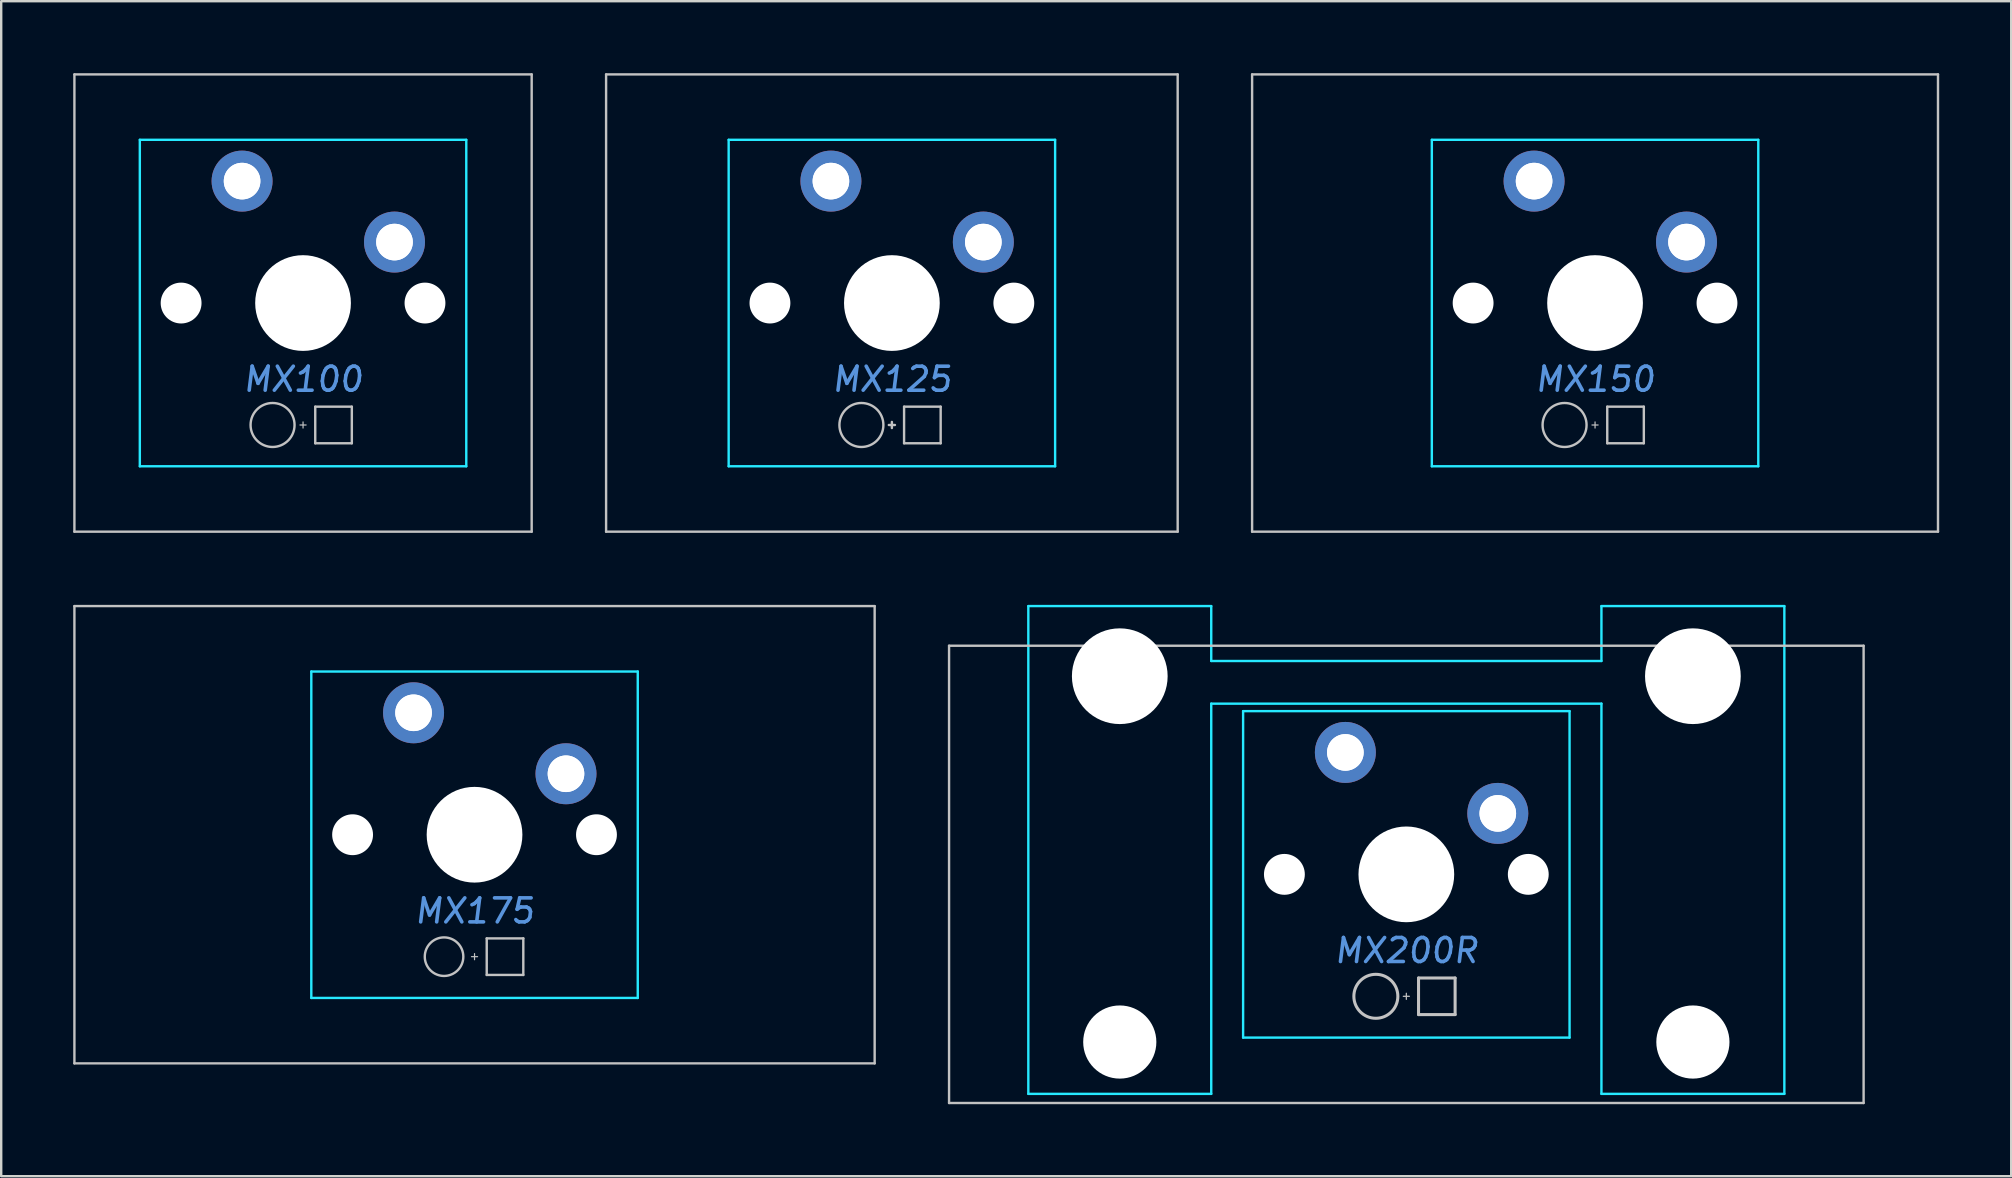
<source format=kicad_pcb>
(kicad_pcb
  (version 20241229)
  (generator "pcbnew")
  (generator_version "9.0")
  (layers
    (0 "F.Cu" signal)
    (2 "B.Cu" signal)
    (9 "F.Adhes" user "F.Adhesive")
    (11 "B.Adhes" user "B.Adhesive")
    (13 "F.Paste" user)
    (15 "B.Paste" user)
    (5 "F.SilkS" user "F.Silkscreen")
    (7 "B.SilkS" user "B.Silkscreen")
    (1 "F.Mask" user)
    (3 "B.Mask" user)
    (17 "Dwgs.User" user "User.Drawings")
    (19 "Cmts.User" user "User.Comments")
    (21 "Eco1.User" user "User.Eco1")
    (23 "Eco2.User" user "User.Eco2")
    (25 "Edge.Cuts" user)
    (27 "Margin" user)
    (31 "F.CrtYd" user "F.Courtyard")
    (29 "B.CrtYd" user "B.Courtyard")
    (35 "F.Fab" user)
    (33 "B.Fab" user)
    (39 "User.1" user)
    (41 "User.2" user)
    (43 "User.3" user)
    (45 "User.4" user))
  (footprint "MX200R"
    (layer "F.Cu")
    (at 55.538 33.376)
    (property "Reference" "MX200R" (at 0 3.175 0) (layer "Cmts.User") (effects (font (size 1 1) (thickness 0.15) (italic yes))))
    (attr through_hole)
    (fp_line (start -19.05 -9.525) (end -19.05 9.525) (stroke (width 0.1) (type solid)) (layer "Dwgs.User"))
    (fp_line (start -19.05 -9.525) (end 19.05 -9.525) (stroke (width 0.1) (type solid)) (layer "Dwgs.User"))
    (fp_line (start -19.05 9.525) (end 19.05 9.525) (stroke (width 0.1) (type solid)) (layer "Dwgs.User"))
    (fp_line (start -0.127 5.08) (end 0.127 5.08) (stroke (width 0.051) (type solid)) (layer "Dwgs.User"))
    (fp_line (start 0 4.953) (end 0 5.207) (stroke (width 0.051) (type solid)) (layer "Dwgs.User"))
    (fp_line (start 0.508 4.318) (end 0.508 5.842) (stroke (width 0.127) (type solid)) (layer "Dwgs.User"))
    (fp_line (start 0.508 4.318) (end 2.032 4.318) (stroke (width 0.127) (type solid)) (layer "Dwgs.User"))
    (fp_line (start 0.508 5.842) (end 2.032 5.842) (stroke (width 0.127) (type solid)) (layer "Dwgs.User"))
    (fp_line (start 2.032 5.842) (end 2.032 4.318) (stroke (width 0.127) (type solid)) (layer "Dwgs.User"))
    (fp_line (start 19.05 -9.525) (end 19.05 9.525) (stroke (width 0.1) (type solid)) (layer "Dwgs.User"))
    (fp_circle (center -1.27 5.08) (end -0.354 5.08) (stroke (width 0.127) (type solid)) (fill no) (layer "Dwgs.User"))
    (fp_line (start -15.748 9.144) (end -15.748 -11.176) (stroke (width 0.1) (type solid)) (layer "B.CrtYd"))
    (fp_line (start -8.128 -11.176) (end -15.748 -11.176) (stroke (width 0.1) (type solid)) (layer "B.CrtYd"))
    (fp_line (start -8.128 -8.89) (end -8.128 -11.176) (stroke (width 0.1) (type solid)) (layer "B.CrtYd"))
    (fp_line (start -8.128 -7.112) (end -8.128 9.144) (stroke (width 0.1) (type solid)) (layer "B.CrtYd"))
    (fp_line (start -8.128 9.144) (end -15.748 9.144) (stroke (width 0.1) (type solid)) (layer "B.CrtYd"))
    (fp_line (start -6.8 -6.8) (end -6.8 6.8) (stroke (width 0.1) (type solid)) (layer "B.CrtYd"))
    (fp_line (start 6.8 -6.8) (end -6.8 -6.8) (stroke (width 0.1) (type solid)) (layer "B.CrtYd"))
    (fp_line (start 6.8 -6.8) (end 6.8 6.8) (stroke (width 0.1) (type solid)) (layer "B.CrtYd"))
    (fp_line (start 6.8 6.8) (end -6.8 6.8) (stroke (width 0.1) (type solid)) (layer "B.CrtYd"))
    (fp_line (start 8.128 -8.89) (end -8.128 -8.89) (stroke (width 0.1) (type solid)) (layer "B.CrtYd"))
    (fp_line (start 8.128 -8.89) (end 8.128 -11.176) (stroke (width 0.1) (type solid)) (layer "B.CrtYd"))
    (fp_line (start 8.128 -7.112) (end -8.128 -7.112) (stroke (width 0.1) (type solid)) (layer "B.CrtYd"))
    (fp_line (start 8.128 -7.112) (end 8.128 9.144) (stroke (width 0.1) (type solid)) (layer "B.CrtYd"))
    (fp_line (start 15.748 -11.176) (end 8.128 -11.176) (stroke (width 0.1) (type solid)) (layer "B.CrtYd"))
    (fp_line (start 15.748 9.144) (end 8.128 9.144) (stroke (width 0.1) (type solid)) (layer "B.CrtYd"))
    (fp_line (start 15.748 9.144) (end 15.748 -11.176) (stroke (width 0.1) (type solid)) (layer "B.CrtYd"))
    (pad "" np_thru_hole circle (at -11.938 -8.255) (size 3.988 3.988) (drill 3.988) (layers "*.Cu" "*.Mask"))
    (pad "" np_thru_hole circle (at -11.938 6.985) (size 3.048 3.048) (drill 3.048) (layers "*.Cu" "*.Mask"))
    (pad "" np_thru_hole circle (at -5.08 0) (size 1.702 1.702) (drill 1.702) (layers "*.Cu" "*.Mask"))
    (pad "" connect circle (at -2.54 -5.08) (size 1.524 1.524) (layers "B.Mask"))
    (pad "" np_thru_hole circle (at 0 0) (size 3.988 3.988) (drill 3.988) (layers "*.Cu" "*.Mask"))
    (pad "" connect circle (at 3.81 -2.54) (size 1.524 1.524) (layers "B.Mask"))
    (pad "" np_thru_hole circle (at 5.08 0) (size 1.702 1.702) (drill 1.702) (layers "*.Cu" "*.Mask"))
    (pad "" np_thru_hole circle (at 11.938 -8.255) (size 3.988 3.988) (drill 3.988) (layers "*.Cu" "*.Mask"))
    (pad "" np_thru_hole circle (at 11.938 6.985) (size 3.048 3.048) (drill 3.048) (layers "*.Cu" "*.Mask"))
    (pad "1" thru_hole circle (at -2.54 -5.08) (size 2.032 2.032) (drill 1.524) (layers "B.Cu"))
    (pad "1" thru_hole circle (at -2.54 -5.08) (size 2.54 2.54) (drill 1.524) (layers "F.Cu" "F.Mask"))
    (pad "2" thru_hole circle (at 3.81 -2.54) (size 2.032 2.032) (drill 1.524) (layers "B.Cu"))
    (pad "2" thru_hole circle (at 3.81 -2.54) (size 2.54 2.54) (drill 1.524) (layers "F.Cu" "F.Mask")))
  (footprint "MX100"
    (layer "F.Cu")
    (at 9.575 9.575)
    (property "Reference" "MX100" (at 0 3.175 0) (layer "Cmts.User") (effects (font (size 1 1) (thickness 0.15) (italic yes))))
    (attr through_hole)
    (fp_circle (center 3.81 -2.54) (end 4.318 -2.54) (stroke (width 0.12) (type solid)) (fill no) (layer "F.Mask"))
    (fp_line (start -9.525 -9.525) (end 9.525 -9.525) (stroke (width 0.1) (type solid)) (layer "Dwgs.User"))
    (fp_line (start -9.525 9.525) (end -9.525 -9.525) (stroke (width 0.1) (type solid)) (layer "Dwgs.User"))
    (fp_line (start -0.127 5.08) (end 0.127 5.08) (stroke (width 0.05) (type solid)) (layer "Dwgs.User"))
    (fp_line (start 0 4.953) (end 0 5.207) (stroke (width 0.05) (type solid)) (layer "Dwgs.User"))
    (fp_line (start 0.508 4.318) (end 0.508 5.842) (stroke (width 0.1) (type solid)) (layer "Dwgs.User"))
    (fp_line (start 0.508 4.318) (end 2.032 4.318) (stroke (width 0.1) (type solid)) (layer "Dwgs.User"))
    (fp_line (start 2.032 5.842) (end 0.508 5.842) (stroke (width 0.1) (type solid)) (layer "Dwgs.User"))
    (fp_line (start 2.032 5.842) (end 2.032 4.318) (stroke (width 0.1) (type solid)) (layer "Dwgs.User"))
    (fp_line (start 9.525 -9.525) (end 9.525 9.525) (stroke (width 0.1) (type solid)) (layer "Dwgs.User"))
    (fp_line (start 9.525 9.525) (end -9.525 9.525) (stroke (width 0.1) (type solid)) (layer "Dwgs.User"))
    (fp_circle (center -1.27 5.08) (end -0.354 5.08) (stroke (width 0.1) (type solid)) (fill no) (layer "Dwgs.User"))
    (fp_line (start -6.8 -6.8) (end -6.8 6.8) (stroke (width 0.1) (type solid)) (layer "B.CrtYd"))
    (fp_line (start -6.8 -6.8) (end 6.8 -6.8) (stroke (width 0.1) (type solid)) (layer "B.CrtYd"))
    (fp_line (start -6.8 6.8) (end 6.8 6.8) (stroke (width 0.1) (type solid)) (layer "B.CrtYd"))
    (fp_line (start 6.8 -6.8) (end 6.8 6.8) (stroke (width 0.1) (type solid)) (layer "B.CrtYd"))
    (pad "" np_thru_hole circle (at -5.08 0) (size 1.702 1.702) (drill 1.702) (layers "*.Cu" "*.Mask"))
    (pad "" connect circle (at -2.54 -5.08) (size 1.524 1.524) (layers "B.Mask"))
    (pad "" np_thru_hole circle (at 0 0) (size 3.988 3.988) (drill 3.988) (layers "*.Cu" "*.Mask"))
    (pad "" connect circle (at 3.81 -2.54) (size 1.524 1.524) (layers "B.Mask"))
    (pad "" np_thru_hole circle (at 5.08 0) (size 1.702 1.702) (drill 1.702) (layers "*.Cu" "*.Mask"))
    (pad "1" thru_hole circle (at -2.54 -5.08) (size 2.032 2.032) (drill 1.524) (layers "B.Cu"))
    (pad "1" thru_hole circle (at -2.54 -5.08) (size 2.54 2.54) (drill 1.524) (layers "F.Cu" "F.Mask"))
    (pad "2" thru_hole circle (at 3.81 -2.54 90) (size 2.032 2.032) (drill 1.524) (layers "B.Cu"))
    (pad "2" thru_hole circle (at 3.81 -2.54 90) (size 2.54 2.54) (drill 1.524) (layers "F.Cu" "F.Mask")))
  (footprint "MX150"
    (layer "F.Cu")
    (at 63.4 9.575)
    (property "Reference" "MX150" (at 0 3.175 0) (layer "Cmts.User") (effects (font (size 1 1) (thickness 0.15) (italic yes))))
    (attr through_hole)
    (fp_line (start -14.287 -9.525) (end -14.287 9.525) (stroke (width 0.1) (type solid)) (layer "Dwgs.User"))
    (fp_line (start -14.287 -9.525) (end 14.287 -9.525) (stroke (width 0.1) (type solid)) (layer "Dwgs.User"))
    (fp_line (start -14.287 9.525) (end 14.287 9.525) (stroke (width 0.1) (type solid)) (layer "Dwgs.User"))
    (fp_line (start 0 5.207) (end 0 4.953) (stroke (width 0.05) (type solid)) (layer "Dwgs.User"))
    (fp_line (start 0.127 5.08) (end -0.127 5.08) (stroke (width 0.05) (type solid)) (layer "Dwgs.User"))
    (fp_line (start 0.508 4.318) (end 2.032 4.318) (stroke (width 0.1) (type solid)) (layer "Dwgs.User"))
    (fp_line (start 0.508 5.842) (end 0.508 4.318) (stroke (width 0.1) (type solid)) (layer "Dwgs.User"))
    (fp_line (start 0.508 5.842) (end 2.032 5.842) (stroke (width 0.1) (type solid)) (layer "Dwgs.User"))
    (fp_line (start 2.032 5.842) (end 2.032 4.318) (stroke (width 0.1) (type solid)) (layer "Dwgs.User"))
    (fp_line (start 14.287 -9.525) (end 14.287 9.525) (stroke (width 0.1) (type solid)) (layer "Dwgs.User"))
    (fp_circle (center -1.27 5.08) (end -0.354 5.08) (stroke (width 0.1) (type solid)) (fill no) (layer "Dwgs.User"))
    (fp_line (start -6.8 -6.8) (end 6.8 -6.8) (stroke (width 0.1) (type solid)) (layer "B.CrtYd"))
    (fp_line (start -6.8 6.8) (end -6.8 -6.8) (stroke (width 0.1) (type solid)) (layer "B.CrtYd"))
    (fp_line (start -6.8 6.8) (end 6.8 6.8) (stroke (width 0.1) (type solid)) (layer "B.CrtYd"))
    (fp_line (start 6.8 6.8) (end 6.8 -6.8) (stroke (width 0.1) (type solid)) (layer "B.CrtYd"))
    (pad "" np_thru_hole circle (at -5.08 0) (size 1.702 1.702) (drill 1.702) (layers "*.Cu" "*.Mask"))
    (pad "" connect circle (at -2.54 -5.08) (size 1.524 1.524) (layers "B.Mask"))
    (pad "" np_thru_hole circle (at 0 0) (size 3.988 3.988) (drill 3.988) (layers "*.Cu" "*.Mask"))
    (pad "" connect circle (at 3.81 -2.54) (size 1.524 1.524) (layers "B.Mask"))
    (pad "" np_thru_hole circle (at 5.08 0) (size 1.702 1.702) (drill 1.702) (layers "*.Cu" "*.Mask"))
    (pad "1" thru_hole circle (at -2.54 -5.08) (size 2.032 2.032) (drill 1.524) (layers "B.Cu"))
    (pad "1" thru_hole circle (at -2.54 -5.08) (size 2.54 2.54) (drill 1.524) (layers "F.Cu" "F.Mask"))
    (pad "2" thru_hole circle (at 3.81 -2.54) (size 2.032 2.032) (drill 1.524) (layers "B.Cu"))
    (pad "2" thru_hole circle (at 3.81 -2.54) (size 2.54 2.54) (drill 1.524) (layers "F.Cu" "F.Mask")))
  (footprint "MX125"
    (layer "F.Cu")
    (at 34.106 9.575)
    (property "Reference" "MX125" (at 0 3.175 0) (layer "Cmts.User") (effects (font (size 1 1) (thickness 0.15) (italic yes))))
    (attr through_hole)
    (fp_circle (center 3.81 -2.54) (end 4.191 -2.54) (stroke (width 0.737) (type solid)) (fill no) (layer "F.Mask"))
    (fp_line (start -11.906 -9.525) (end -11.906 9.525) (stroke (width 0.1) (type solid)) (layer "Dwgs.User"))
    (fp_line (start -11.906 -9.525) (end 11.906 -9.525) (stroke (width 0.1) (type solid)) (layer "Dwgs.User"))
    (fp_line (start -11.906 9.525) (end 11.906 9.525) (stroke (width 0.1) (type solid)) (layer "Dwgs.User"))
    (fp_line (start -0.127 5.08) (end 0.127 5.08) (stroke (width 0.1) (type solid)) (layer "Dwgs.User"))
    (fp_line (start 0 4.953) (end 0 5.207) (stroke (width 0.1) (type solid)) (layer "Dwgs.User"))
    (fp_line (start 0.508 4.318) (end 2.032 4.318) (stroke (width 0.1) (type solid)) (layer "Dwgs.User"))
    (fp_line (start 0.508 5.842) (end 0.508 4.318) (stroke (width 0.1) (type solid)) (layer "Dwgs.User"))
    (fp_line (start 2.032 4.318) (end 2.032 5.842) (stroke (width 0.1) (type solid)) (layer "Dwgs.User"))
    (fp_line (start 2.032 5.842) (end 0.508 5.842) (stroke (width 0.1) (type solid)) (layer "Dwgs.User"))
    (fp_line (start 11.906 -9.525) (end 11.906 9.525) (stroke (width 0.1) (type solid)) (layer "Dwgs.User"))
    (fp_circle (center -1.27 5.08) (end -0.354 5.08) (stroke (width 0.1) (type solid)) (fill no) (layer "Dwgs.User"))
    (fp_line (start -6.8 -6.8) (end -6.8 6.8) (stroke (width 0.1) (type solid)) (layer "B.CrtYd"))
    (fp_line (start -6.8 -6.8) (end 6.8 -6.8) (stroke (width 0.1) (type solid)) (layer "B.CrtYd"))
    (fp_line (start -6.8 6.8) (end 6.8 6.8) (stroke (width 0.1) (type solid)) (layer "B.CrtYd"))
    (fp_line (start 6.8 6.8) (end 6.8 -6.8) (stroke (width 0.1) (type solid)) (layer "B.CrtYd"))
    (pad "" np_thru_hole circle (at -5.08 0) (size 1.702 1.702) (drill 1.702) (layers "*.Cu" "*.Mask"))
    (pad "" connect circle (at -2.54 -5.08) (size 1.524 1.524) (layers "B.Mask"))
    (pad "" np_thru_hole circle (at 0 0) (size 3.988 3.988) (drill 3.988) (layers "*.Cu" "*.Mask"))
    (pad "" connect circle (at 3.81 -2.54) (size 1.524 1.524) (layers "B.Mask"))
    (pad "" np_thru_hole circle (at 5.08 0) (size 1.702 1.702) (drill 1.702) (layers "*.Cu" "*.Mask"))
    (pad "1" thru_hole circle (at -2.54 -5.08) (size 2.032 2.032) (drill 1.524) (layers "B.Cu"))
    (pad "1" thru_hole circle (at -2.54 -5.08) (size 2.54 2.54) (drill 1.524) (layers "F.Cu" "F.Mask"))
    (pad "2" thru_hole circle (at 3.81 -2.54) (size 2.032 2.032) (drill 1.524) (layers "B.Cu"))
    (pad "2" thru_hole circle (at 3.81 -2.54) (size 2.54 2.54) (drill 1.524) (layers "F.Cu" "F.Mask")))
  (footprint "MX175"
    (layer "F.Cu")
    (at 16.719 31.725)
    (property "Reference" "MX175" (at 0 3.175 0) (layer "Cmts.User") (effects (font (size 1 1) (thickness 0.15) (italic yes))))
    (attr through_hole)
    (fp_circle (center -2.54 -5.08) (end -2.032 -5.08) (stroke (width 0.12) (type solid)) (fill no) (layer "F.Mask"))
    (fp_line (start -16.669 -9.525) (end -16.669 9.525) (stroke (width 0.1) (type solid)) (layer "Dwgs.User"))
    (fp_line (start -16.669 -9.525) (end 16.669 -9.525) (stroke (width 0.1) (type solid)) (layer "Dwgs.User"))
    (fp_line (start -16.669 9.525) (end 16.669 9.525) (stroke (width 0.1) (type solid)) (layer "Dwgs.User"))
    (fp_line (start -0.127 5.08) (end 0.127 5.08) (stroke (width 0.05) (type solid)) (layer "Dwgs.User"))
    (fp_line (start 0 4.953) (end 0 5.207) (stroke (width 0.05) (type solid)) (layer "Dwgs.User"))
    (fp_line (start 0.508 4.318) (end 0.508 5.842) (stroke (width 0.1) (type solid)) (layer "Dwgs.User"))
    (fp_line (start 0.508 4.318) (end 2.032 4.318) (stroke (width 0.1) (type solid)) (layer "Dwgs.User"))
    (fp_line (start 0.508 5.842) (end 2.032 5.842) (stroke (width 0.1) (type solid)) (layer "Dwgs.User"))
    (fp_line (start 2.032 5.842) (end 2.032 4.318) (stroke (width 0.1) (type solid)) (layer "Dwgs.User"))
    (fp_line (start 16.669 -9.525) (end 16.669 9.525) (stroke (width 0.1) (type solid)) (layer "Dwgs.User"))
    (fp_circle (center -1.27 5.08) (end -0.467 5.08) (stroke (width 0.1) (type solid)) (fill no) (layer "Dwgs.User"))
    (fp_line (start -6.8 -6.8) (end 6.8 -6.8) (stroke (width 0.1) (type solid)) (layer "B.CrtYd"))
    (fp_line (start -6.8 6.8) (end -6.8 -6.8) (stroke (width 0.1) (type solid)) (layer "B.CrtYd"))
    (fp_line (start -6.8 6.8) (end 6.8 6.8) (stroke (width 0.1) (type solid)) (layer "B.CrtYd"))
    (fp_line (start 6.8 6.8) (end 6.8 -6.8) (stroke (width 0.1) (type solid)) (layer "B.CrtYd"))
    (pad "" np_thru_hole circle (at -5.08 0) (size 1.702 1.702) (drill 1.702) (layers "*.Cu" "*.Mask"))
    (pad "" connect circle (at -2.54 -5.08) (size 1.524 1.524) (layers "B.Mask"))
    (pad "" np_thru_hole circle (at 0 0) (size 3.988 3.988) (drill 3.988) (layers "*.Cu" "*.Mask"))
    (pad "" connect circle (at 3.81 -2.54) (size 1.524 1.524) (layers "B.Mask"))
    (pad "" np_thru_hole circle (at 5.08 0) (size 1.702 1.702) (drill 1.702) (layers "*.Cu" "*.Mask"))
    (pad "1" thru_hole circle (at -2.54 -5.08) (size 2.032 2.032) (drill 1.524) (layers "B.Cu"))
    (pad "1" thru_hole circle (at -2.54 -5.08) (size 2.54 2.54) (drill 1.524) (layers "F.Cu" "F.Mask"))
    (pad "2" thru_hole circle (at 3.81 -2.54) (size 2.032 2.032) (drill 1.524) (layers "B.Cu"))
    (pad "2" thru_hole circle (at 3.81 -2.54) (size 2.54 2.54) (drill 1.524) (layers "F.Cu" "F.Mask")))
  (gr_rect
    (start -3 -3)
    (end 80.737 45.951)
    (stroke (width 0.1) (type default))
    (fill no)
    (layer "Edge.Cuts")))
</source>
